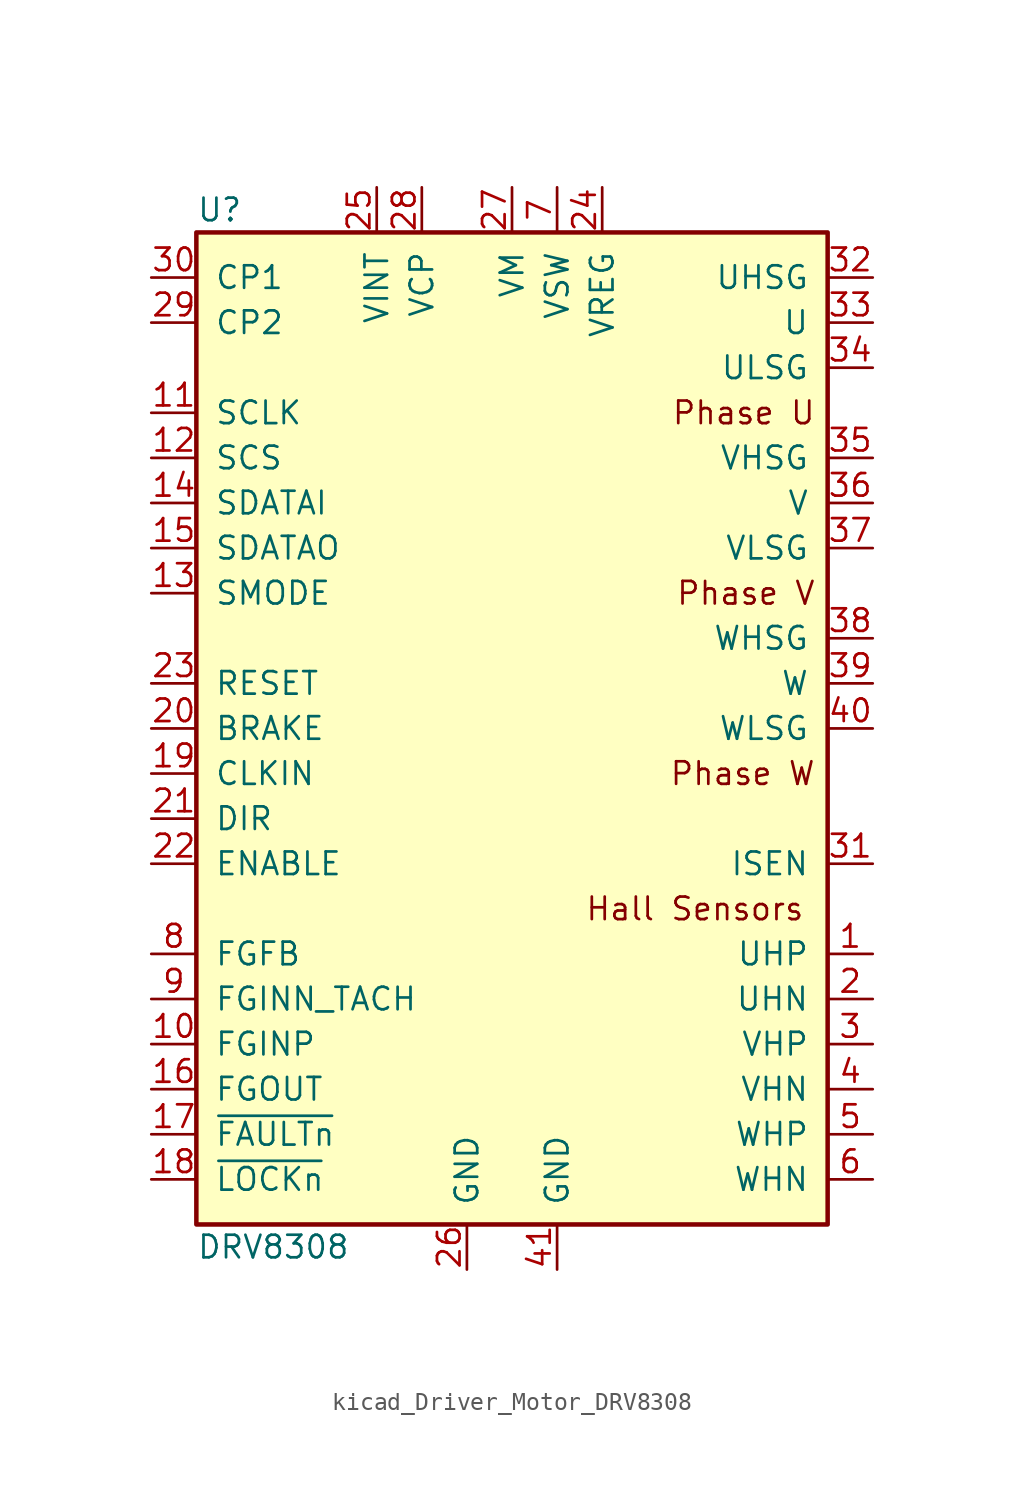
<source format=kicad_sym>
(kicad_symbol_lib
  (version 20220914)
  (generator kicad_symbol_editor)
  (symbol "kicad_Driver_Motor_DRV8308"
    (pin_names
      (offset 1.016))
    (property "Reference" "U"
      (at -17.78 36.83 0)
      (effects (font (size 1.27 1.27)) (justify left)))
    (property "Value" "DRV8308"
      (at -17.78 -21.59 0)
      (effects (font (size 1.27 1.27)) (justify left)))
    (symbol "kicad_Driver_Motor_DRV8308_0_0"
      (text "Hall Sensors" (at 16.51 -2.54 0) (effects (font (size 1.27 1.27)) (justify right)))
      (text "Phase U" (at 17.145 25.4 0) (effects (font (size 1.27 1.27)) (justify right)))
      (text "Phase V" (at 17.145 15.24 0) (effects (font (size 1.27 1.27)) (justify right)))
      (text "Phase W" (at 17.145 5.08 0) (effects (font (size 1.27 1.27)) (justify right))))
    (symbol "kicad_Driver_Motor_DRV8308_0_1"
      (rectangle (start -17.78 35.56) (end 17.78 -20.32) (stroke (width 0.254) (type default)) (fill (type background))))
    (symbol "kicad_Driver_Motor_DRV8308_1_1"
      (pin input line (at 20.32 -5.08 180) (length 2.54) (name "UHP" (effects (font (size 1.27 1.27)))) (number "1" (effects (font (size 1.27 1.27)))))
      (pin bidirectional line (at -20.32 -10.16 0) (length 2.54) (name "FGINP" (effects (font (size 1.27 1.27)))) (number "10" (effects (font (size 1.27 1.27)))))
      (pin input line (at -20.32 25.4 0) (length 2.54) (name "SCLK" (effects (font (size 1.27 1.27)))) (number "11" (effects (font (size 1.27 1.27)))))
      (pin input line (at -20.32 22.86 0) (length 2.54) (name "SCS" (effects (font (size 1.27 1.27)))) (number "12" (effects (font (size 1.27 1.27)))))
      (pin input line (at -20.32 15.24 0) (length 2.54) (name "SMODE" (effects (font (size 1.27 1.27)))) (number "13" (effects (font (size 1.27 1.27)))))
      (pin input line (at -20.32 20.32 0) (length 2.54) (name "SDATAI" (effects (font (size 1.27 1.27)))) (number "14" (effects (font (size 1.27 1.27)))))
      (pin output line (at -20.32 17.78 0) (length 2.54) (name "SDATAO" (effects (font (size 1.27 1.27)))) (number "15" (effects (font (size 1.27 1.27)))))
      (pin output line (at -20.32 -12.7 0) (length 2.54) (name "FGOUT" (effects (font (size 1.27 1.27)))) (number "16" (effects (font (size 1.27 1.27)))))
      (pin output line (at -20.32 -15.24 0) (length 2.54) (name "~{FAULTn}" (effects (font (size 1.27 1.27)))) (number "17" (effects (font (size 1.27 1.27)))))
      (pin output line (at -20.32 -17.78 0) (length 2.54) (name "~{LOCKn}" (effects (font (size 1.27 1.27)))) (number "18" (effects (font (size 1.27 1.27)))))
      (pin input line (at -20.32 5.08 0) (length 2.54) (name "CLKIN" (effects (font (size 1.27 1.27)))) (number "19" (effects (font (size 1.27 1.27)))))
      (pin input line (at 20.32 -7.62 180) (length 2.54) (name "UHN" (effects (font (size 1.27 1.27)))) (number "2" (effects (font (size 1.27 1.27)))))
      (pin input line (at -20.32 7.62 0) (length 2.54) (name "BRAKE" (effects (font (size 1.27 1.27)))) (number "20" (effects (font (size 1.27 1.27)))))
      (pin input line (at -20.32 2.54 0) (length 2.54) (name "DIR" (effects (font (size 1.27 1.27)))) (number "21" (effects (font (size 1.27 1.27)))))
      (pin input line (at -20.32 0 0) (length 2.54) (name "ENABLE" (effects (font (size 1.27 1.27)))) (number "22" (effects (font (size 1.27 1.27)))))
      (pin input line (at -20.32 10.16 0) (length 2.54) (name "RESET" (effects (font (size 1.27 1.27)))) (number "23" (effects (font (size 1.27 1.27)))))
      (pin power_out line (at 5.08 38.1 270) (length 2.54) (name "VREG" (effects (font (size 1.27 1.27)))) (number "24" (effects (font (size 1.27 1.27)))))
      (pin passive line (at -7.62 38.1 270) (length 2.54) (name "VINT" (effects (font (size 1.27 1.27)))) (number "25" (effects (font (size 1.27 1.27)))))
      (pin power_in line (at -2.54 -22.86 90) (length 2.54) (name "GND" (effects (font (size 1.27 1.27)))) (number "26" (effects (font (size 1.27 1.27)))))
      (pin power_in line (at 0 38.1 270) (length 2.54) (name "VM" (effects (font (size 1.27 1.27)))) (number "27" (effects (font (size 1.27 1.27)))))
      (pin passive line (at -5.08 38.1 270) (length 2.54) (name "VCP" (effects (font (size 1.27 1.27)))) (number "28" (effects (font (size 1.27 1.27)))))
      (pin passive line (at -20.32 30.48 0) (length 2.54) (name "CP2" (effects (font (size 1.27 1.27)))) (number "29" (effects (font (size 1.27 1.27)))))
      (pin input line (at 20.32 -10.16 180) (length 2.54) (name "VHP" (effects (font (size 1.27 1.27)))) (number "3" (effects (font (size 1.27 1.27)))))
      (pin passive line (at -20.32 33.02 0) (length 2.54) (name "CP1" (effects (font (size 1.27 1.27)))) (number "30" (effects (font (size 1.27 1.27)))))
      (pin input line (at 20.32 0 180) (length 2.54) (name "ISEN" (effects (font (size 1.27 1.27)))) (number "31" (effects (font (size 1.27 1.27)))))
      (pin output line (at 20.32 33.02 180) (length 2.54) (name "UHSG" (effects (font (size 1.27 1.27)))) (number "32" (effects (font (size 1.27 1.27)))))
      (pin input line (at 20.32 30.48 180) (length 2.54) (name "U" (effects (font (size 1.27 1.27)))) (number "33" (effects (font (size 1.27 1.27)))))
      (pin output line (at 20.32 27.94 180) (length 2.54) (name "ULSG" (effects (font (size 1.27 1.27)))) (number "34" (effects (font (size 1.27 1.27)))))
      (pin output line (at 20.32 22.86 180) (length 2.54) (name "VHSG" (effects (font (size 1.27 1.27)))) (number "35" (effects (font (size 1.27 1.27)))))
      (pin input line (at 20.32 20.32 180) (length 2.54) (name "V" (effects (font (size 1.27 1.27)))) (number "36" (effects (font (size 1.27 1.27)))))
      (pin output line (at 20.32 17.78 180) (length 2.54) (name "VLSG" (effects (font (size 1.27 1.27)))) (number "37" (effects (font (size 1.27 1.27)))))
      (pin output line (at 20.32 12.7 180) (length 2.54) (name "WHSG" (effects (font (size 1.27 1.27)))) (number "38" (effects (font (size 1.27 1.27)))))
      (pin input line (at 20.32 10.16 180) (length 2.54) (name "W" (effects (font (size 1.27 1.27)))) (number "39" (effects (font (size 1.27 1.27)))))
      (pin input line (at 20.32 -12.7 180) (length 2.54) (name "VHN" (effects (font (size 1.27 1.27)))) (number "4" (effects (font (size 1.27 1.27)))))
      (pin output line (at 20.32 7.62 180) (length 2.54) (name "WLSG" (effects (font (size 1.27 1.27)))) (number "40" (effects (font (size 1.27 1.27)))))
      (pin power_in line (at 2.54 -22.86 90) (length 2.54) (name "GND" (effects (font (size 1.27 1.27)))) (number "41" (effects (font (size 1.27 1.27)))))
      (pin input line (at 20.32 -15.24 180) (length 2.54) (name "WHP" (effects (font (size 1.27 1.27)))) (number "5" (effects (font (size 1.27 1.27)))))
      (pin input line (at 20.32 -17.78 180) (length 2.54) (name "WHN" (effects (font (size 1.27 1.27)))) (number "6" (effects (font (size 1.27 1.27)))))
      (pin power_out line (at 2.54 38.1 270) (length 2.54) (name "VSW" (effects (font (size 1.27 1.27)))) (number "7" (effects (font (size 1.27 1.27)))))
      (pin output line (at -20.32 -5.08 0) (length 2.54) (name "FGFB" (effects (font (size 1.27 1.27)))) (number "8" (effects (font (size 1.27 1.27)))))
      (pin input line (at -20.32 -7.62 0) (length 2.54) (name "FGINN_TACH" (effects (font (size 1.27 1.27)))) (number "9" (effects (font (size 1.27 1.27))))))))
</source>
